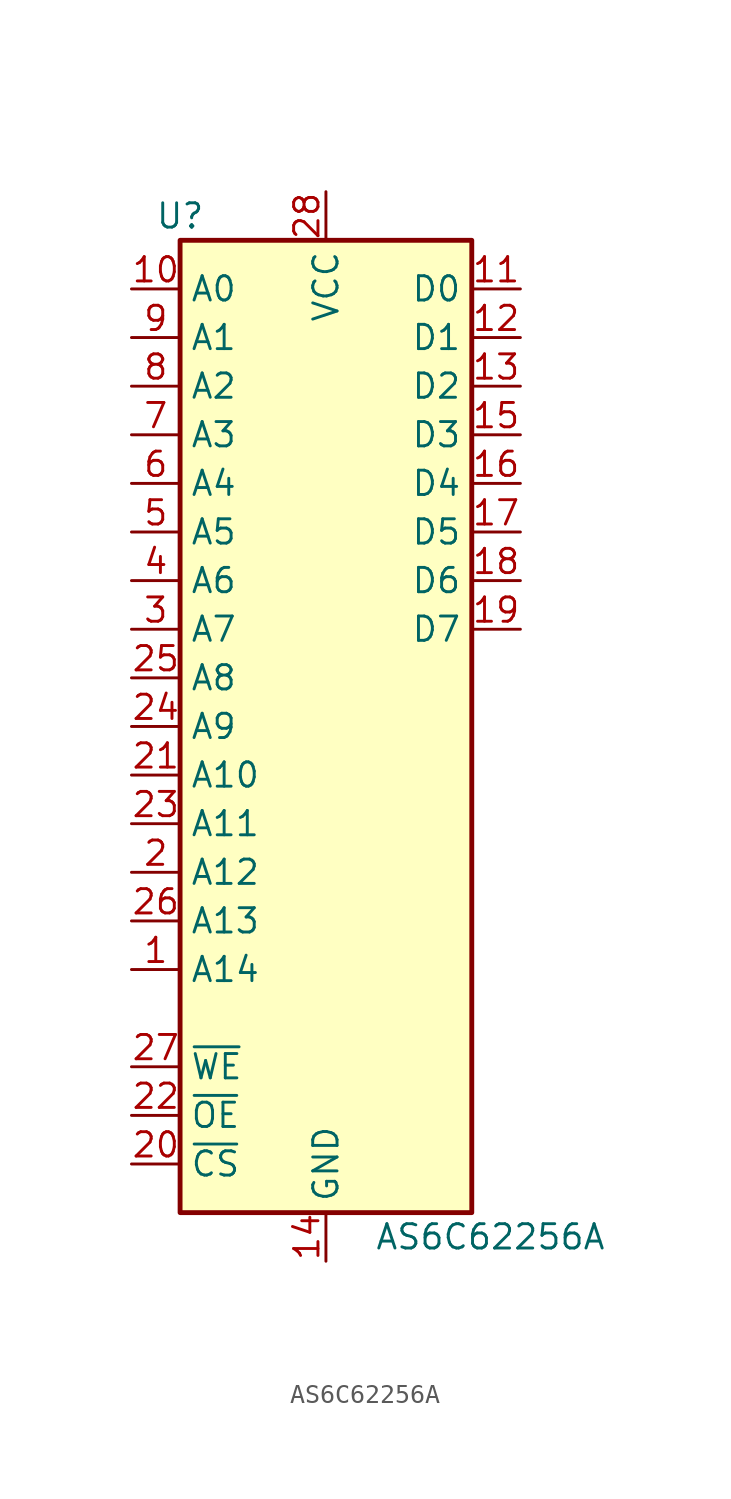
<source format=kicad_sym>
(kicad_symbol_lib
  (version 20211014)
  (generator kicad_symbol_editor)
  (symbol "AS6C62256A"
    (property "Reference" "U"
      (at -7.62 26.67 0)
      (effects (font (size 1.27 1.27))))
    (property "Value" "AS6C62256A"
      (at 2.54 -26.67 0)
      (effects (font (size 1.27 1.27)) (justify left)))
    (symbol "AS6C62256A_1_1"
      (rectangle (start -7.62 25.4) (end 7.62 -25.4) (stroke (width 0.254) (type default) (color 0 0 0 0)) (fill (type background)))
      (pin input line (at -10.16 -12.7 0) (length 2.54) (name "A14" (effects (font (size 1.27 1.27)))) (number "1" (effects (font (size 1.27 1.27)))))
      (pin input line (at -10.16 22.86 0) (length 2.54) (name "A0" (effects (font (size 1.27 1.27)))) (number "10" (effects (font (size 1.27 1.27)))))
      (pin tri_state line (at 10.16 22.86 180) (length 2.54) (name "D0" (effects (font (size 1.27 1.27)))) (number "11" (effects (font (size 1.27 1.27)))))
      (pin tri_state line (at 10.16 20.32 180) (length 2.54) (name "D1" (effects (font (size 1.27 1.27)))) (number "12" (effects (font (size 1.27 1.27)))))
      (pin tri_state line (at 10.16 17.78 180) (length 2.54) (name "D2" (effects (font (size 1.27 1.27)))) (number "13" (effects (font (size 1.27 1.27)))))
      (pin power_in line (at 0 -27.94 90) (length 2.54) (name "GND" (effects (font (size 1.27 1.27)))) (number "14" (effects (font (size 1.27 1.27)))))
      (pin tri_state line (at 10.16 15.24 180) (length 2.54) (name "D3" (effects (font (size 1.27 1.27)))) (number "15" (effects (font (size 1.27 1.27)))))
      (pin tri_state line (at 10.16 12.7 180) (length 2.54) (name "D4" (effects (font (size 1.27 1.27)))) (number "16" (effects (font (size 1.27 1.27)))))
      (pin tri_state line (at 10.16 10.16 180) (length 2.54) (name "D5" (effects (font (size 1.27 1.27)))) (number "17" (effects (font (size 1.27 1.27)))))
      (pin tri_state line (at 10.16 7.62 180) (length 2.54) (name "D6" (effects (font (size 1.27 1.27)))) (number "18" (effects (font (size 1.27 1.27)))))
      (pin tri_state line (at 10.16 5.08 180) (length 2.54) (name "D7" (effects (font (size 1.27 1.27)))) (number "19" (effects (font (size 1.27 1.27)))))
      (pin input line (at -10.16 -7.62 0) (length 2.54) (name "A12" (effects (font (size 1.27 1.27)))) (number "2" (effects (font (size 1.27 1.27)))))
      (pin input line (at -10.16 -22.86 0) (length 2.54) (name "~{CS}" (effects (font (size 1.27 1.27)))) (number "20" (effects (font (size 1.27 1.27)))))
      (pin input line (at -10.16 -2.54 0) (length 2.54) (name "A10" (effects (font (size 1.27 1.27)))) (number "21" (effects (font (size 1.27 1.27)))))
      (pin input line (at -10.16 -20.32 0) (length 2.54) (name "~{OE}" (effects (font (size 1.27 1.27)))) (number "22" (effects (font (size 1.27 1.27)))))
      (pin input line (at -10.16 -5.08 0) (length 2.54) (name "A11" (effects (font (size 1.27 1.27)))) (number "23" (effects (font (size 1.27 1.27)))))
      (pin input line (at -10.16 0 0) (length 2.54) (name "A9" (effects (font (size 1.27 1.27)))) (number "24" (effects (font (size 1.27 1.27)))))
      (pin input line (at -10.16 2.54 0) (length 2.54) (name "A8" (effects (font (size 1.27 1.27)))) (number "25" (effects (font (size 1.27 1.27)))))
      (pin input line (at -10.16 -10.16 0) (length 2.54) (name "A13" (effects (font (size 1.27 1.27)))) (number "26" (effects (font (size 1.27 1.27)))))
      (pin input line (at -10.16 -17.78 0) (length 2.54) (name "~{WE}" (effects (font (size 1.27 1.27)))) (number "27" (effects (font (size 1.27 1.27)))))
      (pin power_in line (at 0 27.94 270) (length 2.54) (name "VCC" (effects (font (size 1.27 1.27)))) (number "28" (effects (font (size 1.27 1.27)))))
      (pin input line (at -10.16 5.08 0) (length 2.54) (name "A7" (effects (font (size 1.27 1.27)))) (number "3" (effects (font (size 1.27 1.27)))))
      (pin input line (at -10.16 7.62 0) (length 2.54) (name "A6" (effects (font (size 1.27 1.27)))) (number "4" (effects (font (size 1.27 1.27)))))
      (pin input line (at -10.16 10.16 0) (length 2.54) (name "A5" (effects (font (size 1.27 1.27)))) (number "5" (effects (font (size 1.27 1.27)))))
      (pin input line (at -10.16 12.7 0) (length 2.54) (name "A4" (effects (font (size 1.27 1.27)))) (number "6" (effects (font (size 1.27 1.27)))))
      (pin input line (at -10.16 15.24 0) (length 2.54) (name "A3" (effects (font (size 1.27 1.27)))) (number "7" (effects (font (size 1.27 1.27)))))
      (pin input line (at -10.16 17.78 0) (length 2.54) (name "A2" (effects (font (size 1.27 1.27)))) (number "8" (effects (font (size 1.27 1.27)))))
      (pin input line (at -10.16 20.32 0) (length 2.54) (name "A1" (effects (font (size 1.27 1.27)))) (number "9" (effects (font (size 1.27 1.27))))))))
</source>
